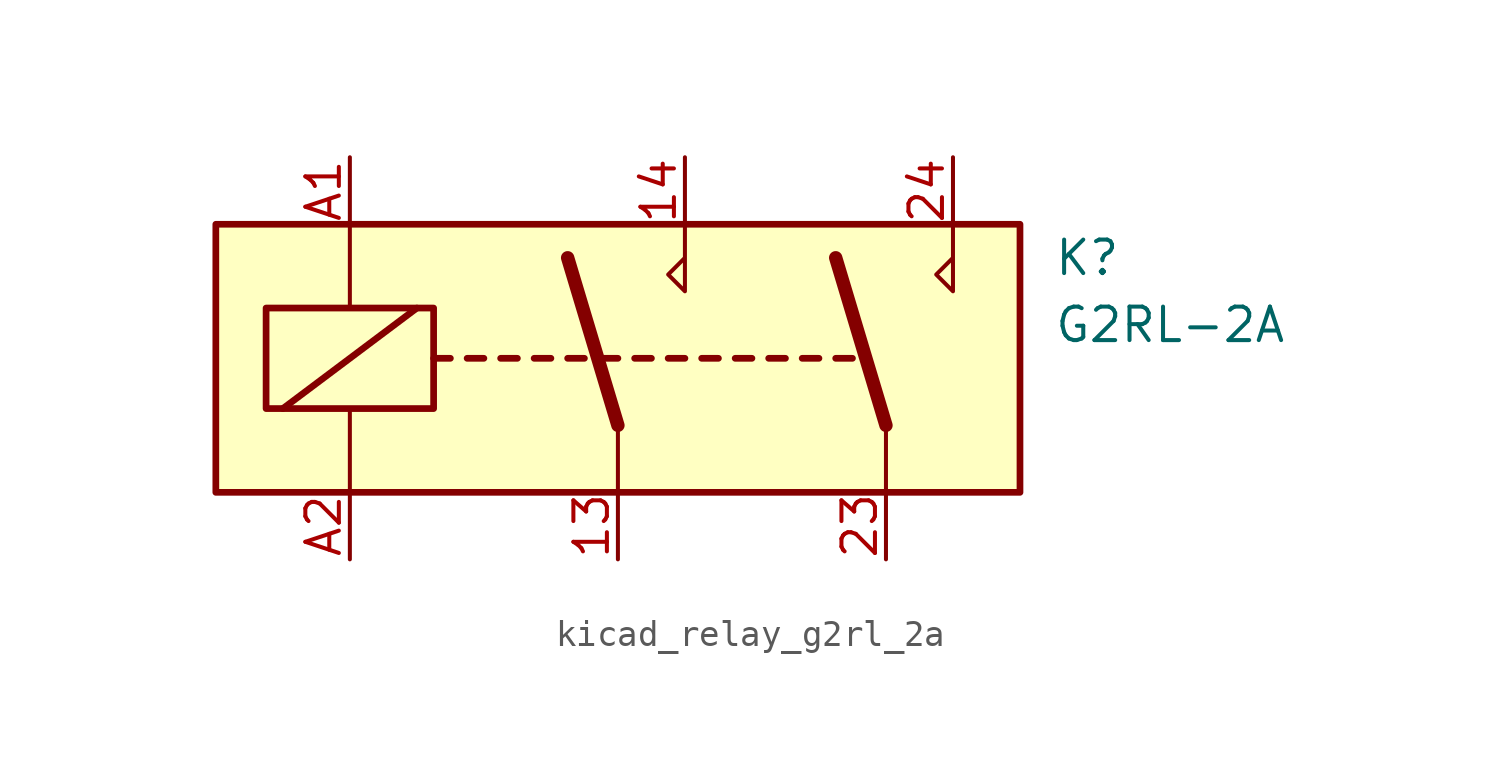
<source format=kicad_sym>
(kicad_symbol_lib
  (version 20220914)
  (generator kicad_symbol_editor)
  (symbol "kicad_relay_g2rl_2a"
    (property "Reference" "K"
      (at 16.51 3.81 0)
      (effects (font (size 1.27 1.27)) (justify left)))
    (property "Value" "G2RL-2A"
      (at 16.51 1.27 0)
      (effects (font (size 1.27 1.27)) (justify left)))
    (symbol "kicad_relay_g2rl_2a_0_1"
      (rectangle (start -15.24 5.08) (end 15.24 -5.08) (stroke (width 0.254) (type default)) (fill (type background)))
      (rectangle (start -13.335 1.905) (end -6.985 -1.905) (stroke (width 0.254) (type default)) (fill (type none)))
      (polyline (pts (xy -12.7 -1.905) (xy -7.62 1.905)) (stroke (width 0.254) (type default)) (fill (type none)))
      (polyline (pts (xy -10.16 -5.08) (xy -10.16 -1.905)) (stroke (width 0) (type default)) (fill (type none)))
      (polyline (pts (xy -10.16 5.08) (xy -10.16 1.905)) (stroke (width 0) (type default)) (fill (type none)))
      (polyline (pts (xy -6.985 0) (xy -6.35 0)) (stroke (width 0.254) (type default)) (fill (type none)))
      (polyline (pts (xy -5.715 0) (xy -5.08 0)) (stroke (width 0.254) (type default)) (fill (type none)))
      (polyline (pts (xy -4.445 0) (xy -3.81 0)) (stroke (width 0.254) (type default)) (fill (type none)))
      (polyline (pts (xy -3.175 0) (xy -2.54 0)) (stroke (width 0.254) (type default)) (fill (type none)))
      (polyline (pts (xy -1.905 0) (xy -1.27 0)) (stroke (width 0.254) (type default)) (fill (type none)))
      (polyline (pts (xy -0.635 0) (xy 0 0)) (stroke (width 0.254) (type default)) (fill (type none)))
      (polyline (pts (xy 0 -2.54) (xy -1.905 3.81)) (stroke (width 0.508) (type default)) (fill (type none)))
      (polyline (pts (xy 0 -2.54) (xy 0 -5.08)) (stroke (width 0) (type default)) (fill (type none)))
      (polyline (pts (xy 0.635 0) (xy 1.27 0)) (stroke (width 0.254) (type default)) (fill (type none)))
      (polyline (pts (xy 1.905 0) (xy 2.54 0)) (stroke (width 0.254) (type default)) (fill (type none)))
      (polyline (pts (xy 3.175 0) (xy 3.81 0)) (stroke (width 0.254) (type default)) (fill (type none)))
      (polyline (pts (xy 4.445 0) (xy 5.08 0)) (stroke (width 0.254) (type default)) (fill (type none)))
      (polyline (pts (xy 5.715 0) (xy 6.35 0)) (stroke (width 0.254) (type default)) (fill (type none)))
      (polyline (pts (xy 6.985 0) (xy 7.62 0)) (stroke (width 0.254) (type default)) (fill (type none)))
      (polyline (pts (xy 8.255 0) (xy 8.89 0)) (stroke (width 0.254) (type default)) (fill (type none)))
      (polyline (pts (xy 10.16 -2.54) (xy 8.255 3.81)) (stroke (width 0.508) (type default)) (fill (type none)))
      (polyline (pts (xy 10.16 -2.54) (xy 10.16 -5.08)) (stroke (width 0) (type default)) (fill (type none)))
      (polyline (pts (xy 2.54 5.08) (xy 2.54 2.54) (xy 1.905 3.175) (xy 2.54 3.81)) (stroke (width 0) (type default)) (fill (type none)))
      (polyline (pts (xy 12.7 5.08) (xy 12.7 2.54) (xy 12.065 3.175) (xy 12.7 3.81)) (stroke (width 0) (type default)) (fill (type none))))
    (symbol "kicad_relay_g2rl_2a_1_1"
      (pin passive line (at 0 -7.62 90) (length 2.54) (name "~" (effects (font (size 1.27 1.27)))) (number "13" (effects (font (size 1.27 1.27)))))
      (pin passive line (at 2.54 7.62 270) (length 2.54) (name "~" (effects (font (size 1.27 1.27)))) (number "14" (effects (font (size 1.27 1.27)))))
      (pin passive line (at 10.16 -7.62 90) (length 2.54) (name "~" (effects (font (size 1.27 1.27)))) (number "23" (effects (font (size 1.27 1.27)))))
      (pin passive line (at 12.7 7.62 270) (length 2.54) (name "~" (effects (font (size 1.27 1.27)))) (number "24" (effects (font (size 1.27 1.27)))))
      (pin passive line (at -10.16 7.62 270) (length 2.54) (name "~" (effects (font (size 1.27 1.27)))) (number "A1" (effects (font (size 1.27 1.27)))))
      (pin passive line (at -10.16 -7.62 90) (length 2.54) (name "~" (effects (font (size 1.27 1.27)))) (number "A2" (effects (font (size 1.27 1.27))))))))
</source>
